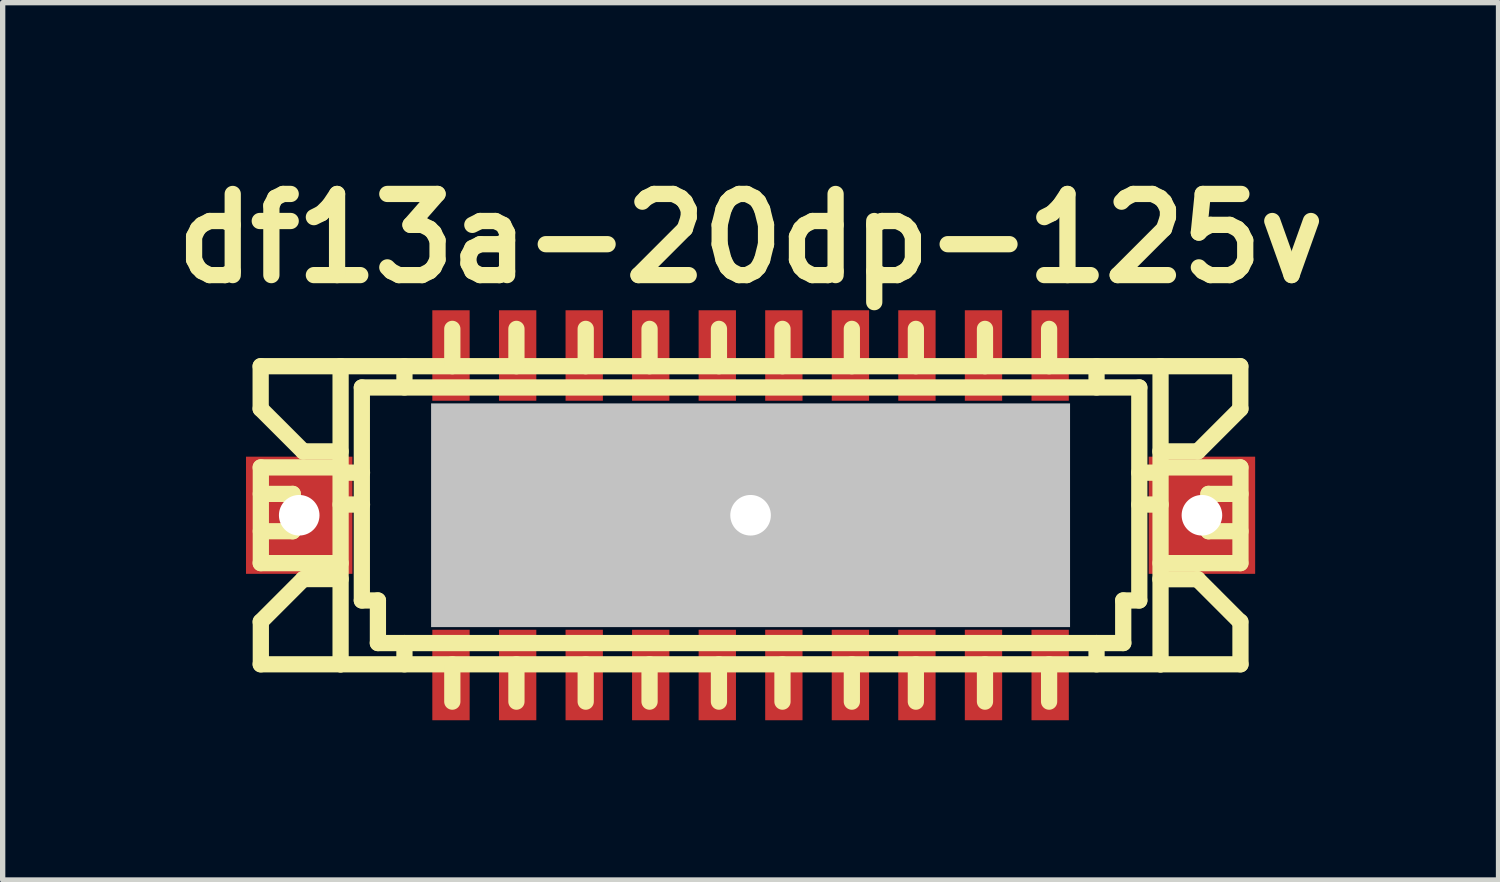
<source format=kicad_pcb>
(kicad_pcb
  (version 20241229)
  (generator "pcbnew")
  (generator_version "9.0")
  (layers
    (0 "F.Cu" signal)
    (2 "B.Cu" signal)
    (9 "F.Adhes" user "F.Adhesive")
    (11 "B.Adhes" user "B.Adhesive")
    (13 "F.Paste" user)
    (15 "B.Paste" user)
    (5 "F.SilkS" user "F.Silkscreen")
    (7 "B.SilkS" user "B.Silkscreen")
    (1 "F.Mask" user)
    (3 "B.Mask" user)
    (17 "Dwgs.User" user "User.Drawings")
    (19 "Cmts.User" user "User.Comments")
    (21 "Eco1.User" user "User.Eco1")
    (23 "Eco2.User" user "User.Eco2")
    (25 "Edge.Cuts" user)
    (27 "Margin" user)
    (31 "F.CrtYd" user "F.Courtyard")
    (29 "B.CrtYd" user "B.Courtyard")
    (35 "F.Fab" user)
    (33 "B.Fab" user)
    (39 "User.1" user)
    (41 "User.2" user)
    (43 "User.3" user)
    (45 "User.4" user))
  (footprint "df13a-20dp-125v"
    (layer "F.Cu")
    (at 11.045 6.626)
    (property "Reference" "df13a-20dp-125v" (at 0 -5.199 0) (layer "F.SilkS") (effects (font (size 1.524 1.524) (thickness 0.305))))
    (attr through_hole)
    (fp_line (start -9.2 -2.799) (end -9.2 -1.999) (stroke (width 0.305) (type solid)) (layer "F.SilkS"))
    (fp_line (start -9.2 -1.999) (end -8.4 -1.199) (stroke (width 0.305) (type solid)) (layer "F.SilkS"))
    (fp_line (start -9.2 -0.899) (end -7.699 -0.899) (stroke (width 0.305) (type solid)) (layer "F.SilkS"))
    (fp_line (start -9.2 0.899) (end -7.699 0.899) (stroke (width 0.305) (type solid)) (layer "F.SilkS"))
    (fp_line (start -9.2 2.799) (end -7.699 2.799) (stroke (width 0.305) (type solid)) (layer "F.SilkS"))
    (fp_line (start -9.197 -0.401) (end -8.598 -0.401) (stroke (width 0.305) (type solid)) (layer "F.SilkS"))
    (fp_line (start -9.197 0.899) (end -9.197 -0.899) (stroke (width 0.305) (type solid)) (layer "F.SilkS"))
    (fp_line (start -9.197 2.799) (end -9.197 1.999) (stroke (width 0.305) (type solid)) (layer "F.SilkS"))
    (fp_line (start -8.598 -0.401) (end -8.598 0.3) (stroke (width 0.305) (type solid)) (layer "F.SilkS"))
    (fp_line (start -8.598 0.3) (end -9.197 0.3) (stroke (width 0.305) (type solid)) (layer "F.SilkS"))
    (fp_line (start -8.4 -1.199) (end -7.699 -1.199) (stroke (width 0.305) (type solid)) (layer "F.SilkS"))
    (fp_line (start -8.4 1.199) (end -9.2 1.999) (stroke (width 0.305) (type solid)) (layer "F.SilkS"))
    (fp_line (start -7.699 -2.799) (end -9.2 -2.799) (stroke (width 0.305) (type solid)) (layer "F.SilkS"))
    (fp_line (start -7.699 -2.799) (end -7.699 2.799) (stroke (width 0.305) (type solid)) (layer "F.SilkS"))
    (fp_line (start -7.699 -2.799) (end 7.699 -2.799) (stroke (width 0.305) (type solid)) (layer "F.SilkS"))
    (fp_line (start -7.699 -0.8) (end -7.297 -0.8) (stroke (width 0.305) (type solid)) (layer "F.SilkS"))
    (fp_line (start -7.699 -0.201) (end -7.297 -0.201) (stroke (width 0.305) (type solid)) (layer "F.SilkS"))
    (fp_line (start -7.699 1.199) (end -8.4 1.199) (stroke (width 0.305) (type solid)) (layer "F.SilkS"))
    (fp_line (start -7.699 2.799) (end 7.699 2.799) (stroke (width 0.305) (type solid)) (layer "F.SilkS"))
    (fp_line (start -7.3 1.6) (end -7.3 -2.4) (stroke (width 0.305) (type solid)) (layer "F.SilkS"))
    (fp_line (start -6.998 1.6) (end -7.3 1.6) (stroke (width 0.305) (type solid)) (layer "F.SilkS"))
    (fp_line (start -6.998 2.4) (end -6.998 1.6) (stroke (width 0.305) (type solid)) (layer "F.SilkS"))
    (fp_line (start -6.5 -2.799) (end -6.5 -2.4) (stroke (width 0.305) (type solid)) (layer "F.SilkS"))
    (fp_line (start -6.5 2.4) (end -6.5 2.799) (stroke (width 0.305) (type solid)) (layer "F.SilkS"))
    (fp_line (start -5.7 -0.701) (end -5.7 -0.5) (stroke (width 0.305) (type solid)) (layer "F.SilkS"))
    (fp_line (start -5.7 -0.5) (end -5.499 -0.5) (stroke (width 0.305) (type solid)) (layer "F.SilkS"))
    (fp_line (start -5.7 0.498) (end -5.7 0.699) (stroke (width 0.305) (type solid)) (layer "F.SilkS"))
    (fp_line (start -5.7 0.699) (end -5.499 0.699) (stroke (width 0.305) (type solid)) (layer "F.SilkS"))
    (fp_line (start -5.601 -3.5) (end -5.601 -2.799) (stroke (width 0.305) (type solid)) (layer "F.SilkS"))
    (fp_line (start -5.601 2.799) (end -5.601 3.5) (stroke (width 0.305) (type solid)) (layer "F.SilkS"))
    (fp_line (start -5.499 -0.701) (end -5.7 -0.701) (stroke (width 0.305) (type solid)) (layer "F.SilkS"))
    (fp_line (start -5.499 -0.5) (end -5.499 -0.701) (stroke (width 0.305) (type solid)) (layer "F.SilkS"))
    (fp_line (start -5.499 0.498) (end -5.7 0.498) (stroke (width 0.305) (type solid)) (layer "F.SilkS"))
    (fp_line (start -5.499 0.699) (end -5.499 0.498) (stroke (width 0.305) (type solid)) (layer "F.SilkS"))
    (fp_line (start -4.498 -0.699) (end -4.3 -0.699) (stroke (width 0.305) (type solid)) (layer "F.SilkS"))
    (fp_line (start -4.498 -0.5) (end -4.498 -0.699) (stroke (width 0.305) (type solid)) (layer "F.SilkS"))
    (fp_line (start -4.498 0.5) (end -4.3 0.5) (stroke (width 0.305) (type solid)) (layer "F.SilkS"))
    (fp_line (start -4.498 0.699) (end -4.498 0.5) (stroke (width 0.305) (type solid)) (layer "F.SilkS"))
    (fp_line (start -4.397 -3.5) (end -4.397 -2.799) (stroke (width 0.305) (type solid)) (layer "F.SilkS"))
    (fp_line (start -4.397 2.799) (end -4.397 3.5) (stroke (width 0.305) (type solid)) (layer "F.SilkS"))
    (fp_line (start -4.3 -0.699) (end -4.3 -0.5) (stroke (width 0.305) (type solid)) (layer "F.SilkS"))
    (fp_line (start -4.3 -0.5) (end -4.498 -0.5) (stroke (width 0.305) (type solid)) (layer "F.SilkS"))
    (fp_line (start -4.3 0.5) (end -4.3 0.699) (stroke (width 0.305) (type solid)) (layer "F.SilkS"))
    (fp_line (start -4.3 0.699) (end -4.498 0.699) (stroke (width 0.305) (type solid)) (layer "F.SilkS"))
    (fp_line (start -3.2 -0.699) (end -3.002 -0.699) (stroke (width 0.305) (type solid)) (layer "F.SilkS"))
    (fp_line (start -3.2 -0.5) (end -3.2 -0.699) (stroke (width 0.305) (type solid)) (layer "F.SilkS"))
    (fp_line (start -3.2 0.5) (end -3.002 0.5) (stroke (width 0.305) (type solid)) (layer "F.SilkS"))
    (fp_line (start -3.2 0.699) (end -3.2 0.5) (stroke (width 0.305) (type solid)) (layer "F.SilkS"))
    (fp_line (start -3.096 -3.5) (end -3.096 -2.799) (stroke (width 0.305) (type solid)) (layer "F.SilkS"))
    (fp_line (start -3.096 2.799) (end -3.096 3.5) (stroke (width 0.305) (type solid)) (layer "F.SilkS"))
    (fp_line (start -3.002 -0.699) (end -3.002 -0.5) (stroke (width 0.305) (type solid)) (layer "F.SilkS"))
    (fp_line (start -3.002 -0.5) (end -3.2 -0.5) (stroke (width 0.305) (type solid)) (layer "F.SilkS"))
    (fp_line (start -3.002 0.5) (end -3.002 0.699) (stroke (width 0.305) (type solid)) (layer "F.SilkS"))
    (fp_line (start -3.002 0.699) (end -3.2 0.699) (stroke (width 0.305) (type solid)) (layer "F.SilkS"))
    (fp_line (start -1.999 -0.699) (end -1.801 -0.699) (stroke (width 0.305) (type solid)) (layer "F.SilkS"))
    (fp_line (start -1.999 -0.5) (end -1.999 -0.699) (stroke (width 0.305) (type solid)) (layer "F.SilkS"))
    (fp_line (start -1.999 0.5) (end -1.801 0.5) (stroke (width 0.305) (type solid)) (layer "F.SilkS"))
    (fp_line (start -1.999 0.699) (end -1.999 0.5) (stroke (width 0.305) (type solid)) (layer "F.SilkS"))
    (fp_line (start -1.897 -3.5) (end -1.897 -2.799) (stroke (width 0.305) (type solid)) (layer "F.SilkS"))
    (fp_line (start -1.897 2.799) (end -1.897 3.5) (stroke (width 0.305) (type solid)) (layer "F.SilkS"))
    (fp_line (start -1.801 -0.699) (end -1.801 -0.5) (stroke (width 0.305) (type solid)) (layer "F.SilkS"))
    (fp_line (start -1.801 -0.5) (end -1.999 -0.5) (stroke (width 0.305) (type solid)) (layer "F.SilkS"))
    (fp_line (start -1.801 0.5) (end -1.801 0.699) (stroke (width 0.305) (type solid)) (layer "F.SilkS"))
    (fp_line (start -1.801 0.699) (end -1.999 0.699) (stroke (width 0.305) (type solid)) (layer "F.SilkS"))
    (fp_line (start -0.696 -0.701) (end -0.495 -0.701) (stroke (width 0.305) (type solid)) (layer "F.SilkS"))
    (fp_line (start -0.696 -0.5) (end -0.696 -0.701) (stroke (width 0.305) (type solid)) (layer "F.SilkS"))
    (fp_line (start -0.696 0.498) (end -0.495 0.498) (stroke (width 0.305) (type solid)) (layer "F.SilkS"))
    (fp_line (start -0.696 0.699) (end -0.696 0.498) (stroke (width 0.305) (type solid)) (layer "F.SilkS"))
    (fp_line (start -0.594 -3.5) (end -0.594 -2.799) (stroke (width 0.305) (type solid)) (layer "F.SilkS"))
    (fp_line (start -0.594 2.799) (end -0.594 3.5) (stroke (width 0.305) (type solid)) (layer "F.SilkS"))
    (fp_line (start -0.495 -0.701) (end -0.495 -0.5) (stroke (width 0.305) (type solid)) (layer "F.SilkS"))
    (fp_line (start -0.495 -0.5) (end -0.696 -0.5) (stroke (width 0.305) (type solid)) (layer "F.SilkS"))
    (fp_line (start -0.495 0.498) (end -0.495 0.699) (stroke (width 0.305) (type solid)) (layer "F.SilkS"))
    (fp_line (start -0.495 0.699) (end -0.696 0.699) (stroke (width 0.305) (type solid)) (layer "F.SilkS"))
    (fp_line (start 0.5 -0.704) (end 0.5 -0.503) (stroke (width 0.305) (type solid)) (layer "F.SilkS"))
    (fp_line (start 0.5 -0.503) (end 0.701 -0.503) (stroke (width 0.305) (type solid)) (layer "F.SilkS"))
    (fp_line (start 0.5 0.495) (end 0.5 0.696) (stroke (width 0.305) (type solid)) (layer "F.SilkS"))
    (fp_line (start 0.5 0.696) (end 0.701 0.696) (stroke (width 0.305) (type solid)) (layer "F.SilkS"))
    (fp_line (start 0.599 -3.5) (end 0.599 -2.799) (stroke (width 0.305) (type solid)) (layer "F.SilkS"))
    (fp_line (start 0.599 2.799) (end 0.599 3.5) (stroke (width 0.305) (type solid)) (layer "F.SilkS"))
    (fp_line (start 0.701 -0.704) (end 0.5 -0.704) (stroke (width 0.305) (type solid)) (layer "F.SilkS"))
    (fp_line (start 0.701 -0.503) (end 0.701 -0.704) (stroke (width 0.305) (type solid)) (layer "F.SilkS"))
    (fp_line (start 0.701 0.495) (end 0.5 0.495) (stroke (width 0.305) (type solid)) (layer "F.SilkS"))
    (fp_line (start 0.701 0.696) (end 0.701 0.495) (stroke (width 0.305) (type solid)) (layer "F.SilkS"))
    (fp_line (start 1.801 -0.701) (end 1.999 -0.701) (stroke (width 0.305) (type solid)) (layer "F.SilkS"))
    (fp_line (start 1.801 -0.503) (end 1.801 -0.701) (stroke (width 0.305) (type solid)) (layer "F.SilkS"))
    (fp_line (start 1.801 0.498) (end 1.999 0.498) (stroke (width 0.305) (type solid)) (layer "F.SilkS"))
    (fp_line (start 1.801 0.696) (end 1.801 0.498) (stroke (width 0.305) (type solid)) (layer "F.SilkS"))
    (fp_line (start 1.902 -3.5) (end 1.902 -2.799) (stroke (width 0.305) (type solid)) (layer "F.SilkS"))
    (fp_line (start 1.902 2.799) (end 1.902 3.5) (stroke (width 0.305) (type solid)) (layer "F.SilkS"))
    (fp_line (start 1.999 -0.701) (end 1.999 -0.503) (stroke (width 0.305) (type solid)) (layer "F.SilkS"))
    (fp_line (start 1.999 -0.503) (end 1.801 -0.503) (stroke (width 0.305) (type solid)) (layer "F.SilkS"))
    (fp_line (start 1.999 0.498) (end 1.999 0.696) (stroke (width 0.305) (type solid)) (layer "F.SilkS"))
    (fp_line (start 1.999 0.696) (end 1.801 0.696) (stroke (width 0.305) (type solid)) (layer "F.SilkS"))
    (fp_line (start 3 -0.701) (end 3.198 -0.701) (stroke (width 0.305) (type solid)) (layer "F.SilkS"))
    (fp_line (start 3 -0.503) (end 3 -0.701) (stroke (width 0.305) (type solid)) (layer "F.SilkS"))
    (fp_line (start 3 0.498) (end 3.198 0.498) (stroke (width 0.305) (type solid)) (layer "F.SilkS"))
    (fp_line (start 3 0.696) (end 3 0.498) (stroke (width 0.305) (type solid)) (layer "F.SilkS"))
    (fp_line (start 3.104 -3.5) (end 3.104 -2.799) (stroke (width 0.305) (type solid)) (layer "F.SilkS"))
    (fp_line (start 3.104 2.799) (end 3.104 3.5) (stroke (width 0.305) (type solid)) (layer "F.SilkS"))
    (fp_line (start 3.198 -0.701) (end 3.198 -0.503) (stroke (width 0.305) (type solid)) (layer "F.SilkS"))
    (fp_line (start 3.198 -0.503) (end 3 -0.503) (stroke (width 0.305) (type solid)) (layer "F.SilkS"))
    (fp_line (start 3.198 0.498) (end 3.198 0.696) (stroke (width 0.305) (type solid)) (layer "F.SilkS"))
    (fp_line (start 3.198 0.696) (end 3 0.696) (stroke (width 0.305) (type solid)) (layer "F.SilkS"))
    (fp_line (start 4.298 -0.701) (end 4.496 -0.701) (stroke (width 0.305) (type solid)) (layer "F.SilkS"))
    (fp_line (start 4.298 -0.503) (end 4.298 -0.701) (stroke (width 0.305) (type solid)) (layer "F.SilkS"))
    (fp_line (start 4.298 0.498) (end 4.496 0.498) (stroke (width 0.305) (type solid)) (layer "F.SilkS"))
    (fp_line (start 4.298 0.696) (end 4.298 0.498) (stroke (width 0.305) (type solid)) (layer "F.SilkS"))
    (fp_line (start 4.402 -3.5) (end 4.402 -2.799) (stroke (width 0.305) (type solid)) (layer "F.SilkS"))
    (fp_line (start 4.402 2.799) (end 4.402 3.5) (stroke (width 0.305) (type solid)) (layer "F.SilkS"))
    (fp_line (start 4.496 -0.701) (end 4.496 -0.503) (stroke (width 0.305) (type solid)) (layer "F.SilkS"))
    (fp_line (start 4.496 -0.503) (end 4.298 -0.503) (stroke (width 0.305) (type solid)) (layer "F.SilkS"))
    (fp_line (start 4.496 0.498) (end 4.496 0.696) (stroke (width 0.305) (type solid)) (layer "F.SilkS"))
    (fp_line (start 4.496 0.696) (end 4.298 0.696) (stroke (width 0.305) (type solid)) (layer "F.SilkS"))
    (fp_line (start 5.502 -0.704) (end 5.702 -0.704) (stroke (width 0.305) (type solid)) (layer "F.SilkS"))
    (fp_line (start 5.502 -0.503) (end 5.502 -0.704) (stroke (width 0.305) (type solid)) (layer "F.SilkS"))
    (fp_line (start 5.502 0.495) (end 5.702 0.495) (stroke (width 0.305) (type solid)) (layer "F.SilkS"))
    (fp_line (start 5.502 0.696) (end 5.502 0.495) (stroke (width 0.305) (type solid)) (layer "F.SilkS"))
    (fp_line (start 5.606 -3.5) (end 5.606 -2.799) (stroke (width 0.305) (type solid)) (layer "F.SilkS"))
    (fp_line (start 5.606 2.799) (end 5.606 3.5) (stroke (width 0.305) (type solid)) (layer "F.SilkS"))
    (fp_line (start 5.702 -0.704) (end 5.702 -0.503) (stroke (width 0.305) (type solid)) (layer "F.SilkS"))
    (fp_line (start 5.702 -0.503) (end 5.502 -0.503) (stroke (width 0.305) (type solid)) (layer "F.SilkS"))
    (fp_line (start 5.702 0.495) (end 5.702 0.696) (stroke (width 0.305) (type solid)) (layer "F.SilkS"))
    (fp_line (start 5.702 0.696) (end 5.502 0.696) (stroke (width 0.305) (type solid)) (layer "F.SilkS"))
    (fp_line (start 6.497 -2.799) (end 6.497 -2.4) (stroke (width 0.305) (type solid)) (layer "F.SilkS"))
    (fp_line (start 6.497 2.4) (end 6.497 2.799) (stroke (width 0.305) (type solid)) (layer "F.SilkS"))
    (fp_line (start 6.998 1.6) (end 6.998 2.4) (stroke (width 0.305) (type solid)) (layer "F.SilkS"))
    (fp_line (start 7 2.4) (end -7 2.4) (stroke (width 0.305) (type solid)) (layer "F.SilkS"))
    (fp_line (start 7.3 -2.4) (end -7.3 -2.4) (stroke (width 0.305) (type solid)) (layer "F.SilkS"))
    (fp_line (start 7.3 -2.4) (end 7.3 1.6) (stroke (width 0.305) (type solid)) (layer "F.SilkS"))
    (fp_line (start 7.3 -0.201) (end 7.701 -0.201) (stroke (width 0.305) (type solid)) (layer "F.SilkS"))
    (fp_line (start 7.3 1.6) (end 6.998 1.6) (stroke (width 0.305) (type solid)) (layer "F.SilkS"))
    (fp_line (start 7.696 -1.199) (end 8.397 -1.199) (stroke (width 0.305) (type solid)) (layer "F.SilkS"))
    (fp_line (start 7.696 1.201) (end 8.397 1.201) (stroke (width 0.305) (type solid)) (layer "F.SilkS"))
    (fp_line (start 7.699 2.799) (end 7.699 -2.799) (stroke (width 0.305) (type solid)) (layer "F.SilkS"))
    (fp_line (start 7.699 2.799) (end 9.2 2.799) (stroke (width 0.305) (type solid)) (layer "F.SilkS"))
    (fp_line (start 7.701 -0.8) (end 7.3 -0.8) (stroke (width 0.305) (type solid)) (layer "F.SilkS"))
    (fp_line (start 8.395 1.201) (end 9.195 2.002) (stroke (width 0.305) (type solid)) (layer "F.SilkS"))
    (fp_line (start 8.4 -1.199) (end 9.2 -1.999) (stroke (width 0.305) (type solid)) (layer "F.SilkS"))
    (fp_line (start 8.598 -0.401) (end 8.598 0.3) (stroke (width 0.305) (type solid)) (layer "F.SilkS"))
    (fp_line (start 8.6 -0.401) (end 9.2 -0.401) (stroke (width 0.305) (type solid)) (layer "F.SilkS"))
    (fp_line (start 8.6 0.3) (end 9.2 0.3) (stroke (width 0.305) (type solid)) (layer "F.SilkS"))
    (fp_line (start 9.197 -2.799) (end 7.696 -2.799) (stroke (width 0.305) (type solid)) (layer "F.SilkS"))
    (fp_line (start 9.197 -2.799) (end 9.197 -1.999) (stroke (width 0.305) (type solid)) (layer "F.SilkS"))
    (fp_line (start 9.197 -0.899) (end 7.699 -0.899) (stroke (width 0.305) (type solid)) (layer "F.SilkS"))
    (fp_line (start 9.197 0.899) (end 7.699 0.899) (stroke (width 0.305) (type solid)) (layer "F.SilkS"))
    (fp_line (start 9.2 -0.899) (end 9.2 0.899) (stroke (width 0.305) (type solid)) (layer "F.SilkS"))
    (fp_line (start 9.2 2.799) (end 9.2 1.999) (stroke (width 0.305) (type solid)) (layer "F.SilkS"))
    (pad "" np_thru_hole rect (at -8.476 0) (size 1.999 2.2) (drill 0.762) (layers "F.Cu" "F.Mask" "F.Paste"))
    (pad "" np_thru_hole rect (at 0 0) (size 11.999 4.201) (drill 0.762) (layers "Dwgs.User"))
    (pad "" np_thru_hole rect (at 8.476 0) (size 1.999 2.2) (drill 0.762) (layers "F.Cu" "F.Mask" "F.Paste"))
    (pad "1" smd rect (at -5.626 -3) (size 0.701 1.699) (layers "F.Cu" "F.Mask" "F.Paste"))
    (pad "2" smd rect (at -5.626 3) (size 0.701 1.699) (layers "F.Cu" "F.Mask" "F.Paste"))
    (pad "3" smd rect (at -4.374 -3) (size 0.701 1.699) (layers "F.Cu" "F.Mask" "F.Paste"))
    (pad "4" smd rect (at -4.374 3) (size 0.701 1.699) (layers "F.Cu" "F.Mask" "F.Paste"))
    (pad "5" smd rect (at -3.124 -3) (size 0.701 1.699) (layers "F.Cu" "F.Mask" "F.Paste"))
    (pad "6" smd rect (at -3.124 3) (size 0.701 1.699) (layers "F.Cu" "F.Mask" "F.Paste"))
    (pad "7" smd rect (at -1.875 -3) (size 0.701 1.699) (layers "F.Cu" "F.Mask" "F.Paste"))
    (pad "8" smd rect (at -1.875 3) (size 0.701 1.699) (layers "F.Cu" "F.Mask" "F.Paste"))
    (pad "9" smd rect (at -0.625 -3) (size 0.701 1.699) (layers "F.Cu" "F.Mask" "F.Paste"))
    (pad "10" smd rect (at -0.625 3) (size 0.701 1.699) (layers "F.Cu" "F.Mask" "F.Paste"))
    (pad "11" smd rect (at 0.625 -3) (size 0.701 1.699) (layers "F.Cu" "F.Mask" "F.Paste"))
    (pad "12" smd rect (at 0.625 3) (size 0.701 1.699) (layers "F.Cu" "F.Mask" "F.Paste"))
    (pad "13" smd rect (at 1.875 -3) (size 0.701 1.699) (layers "F.Cu" "F.Mask" "F.Paste"))
    (pad "14" smd rect (at 1.875 3) (size 0.701 1.699) (layers "F.Cu" "F.Mask" "F.Paste"))
    (pad "15" smd rect (at 3.124 -3) (size 0.701 1.699) (layers "F.Cu" "F.Mask" "F.Paste"))
    (pad "16" smd rect (at 3.124 3) (size 0.701 1.699) (layers "F.Cu" "F.Mask" "F.Paste"))
    (pad "17" smd rect (at 4.374 -3) (size 0.701 1.699) (layers "F.Cu" "F.Mask" "F.Paste"))
    (pad "18" smd rect (at 4.374 3) (size 0.701 1.699) (layers "F.Cu" "F.Mask" "F.Paste"))
    (pad "19" smd rect (at 5.626 -3) (size 0.701 1.699) (layers "F.Cu" "F.Mask" "F.Paste"))
    (pad "20" smd rect (at 5.626 3) (size 0.701 1.699) (layers "F.Cu" "F.Mask" "F.Paste")))
  (gr_rect
    (start -3 -3)
    (end 25.091 13.475)
    (stroke (width 0.1) (type default))
    (fill no)
    (layer "Edge.Cuts")))
</source>
